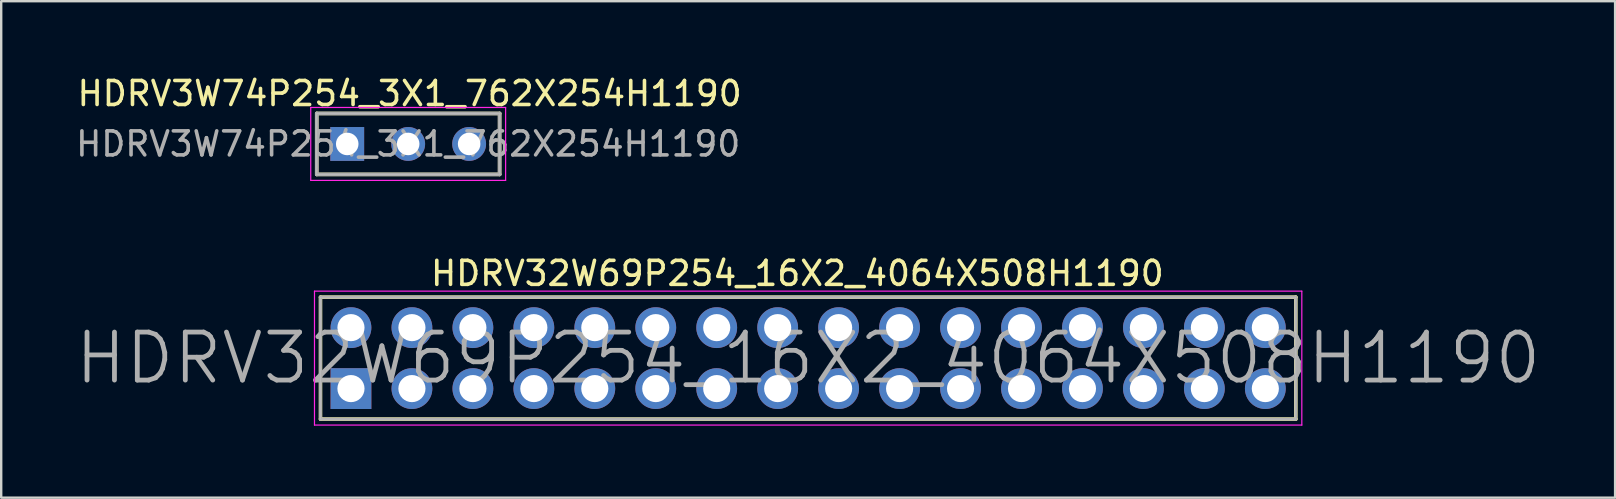
<source format=kicad_pcb>
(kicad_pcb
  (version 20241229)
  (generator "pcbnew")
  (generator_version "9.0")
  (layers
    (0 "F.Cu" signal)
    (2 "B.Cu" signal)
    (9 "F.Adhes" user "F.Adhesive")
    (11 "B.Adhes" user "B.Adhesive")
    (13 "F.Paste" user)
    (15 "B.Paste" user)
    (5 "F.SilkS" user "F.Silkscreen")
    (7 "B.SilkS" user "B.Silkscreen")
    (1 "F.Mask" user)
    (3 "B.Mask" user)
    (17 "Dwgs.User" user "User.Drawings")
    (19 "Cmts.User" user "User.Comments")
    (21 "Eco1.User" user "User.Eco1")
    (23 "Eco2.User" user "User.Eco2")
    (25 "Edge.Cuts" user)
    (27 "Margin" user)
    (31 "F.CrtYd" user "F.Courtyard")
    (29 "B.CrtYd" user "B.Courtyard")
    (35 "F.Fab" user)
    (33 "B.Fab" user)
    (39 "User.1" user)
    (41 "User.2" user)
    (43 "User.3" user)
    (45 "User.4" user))
  (footprint "HDRV3W74P254_3X1_762X254H1190"
    (layer "F.Cu")
    (at 11.418 2.948)
    (property "Reference" "HDRV3W74P254_3X1_762X254H1190" (at 2.54 0 0) (layer "F.Fab") (effects (font (size 1 1) (thickness 0.15))))
    (attr exclude_from_pos_files exclude_from_bom)
    (fp_line (start -1.27 -1.27) (end 6.35 -1.27) (stroke (width 0.15) (type solid)) (layer "F.SilkS"))
    (fp_line (start -1.27 1.27) (end -1.27 -1.27) (stroke (width 0.15) (type solid)) (layer "F.SilkS"))
    (fp_line (start 6.35 -1.27) (end 6.35 1.27) (stroke (width 0.15) (type solid)) (layer "F.SilkS"))
    (fp_line (start 6.35 1.27) (end -1.27 1.27) (stroke (width 0.15) (type solid)) (layer "F.SilkS"))
    (fp_line (start -1.27 -1.27) (end 6.35 -1.27) (stroke (width 0.025) (type solid)) (layer "Dwgs.User"))
    (fp_line (start -1.27 1.27) (end -1.27 -1.27) (stroke (width 0.025) (type solid)) (layer "Dwgs.User"))
    (fp_line (start 6.35 -1.27) (end 6.35 1.27) (stroke (width 0.025) (type solid)) (layer "Dwgs.User"))
    (fp_line (start 6.35 1.27) (end -1.27 1.27) (stroke (width 0.025) (type solid)) (layer "Dwgs.User"))
    (fp_circle (center 0 0) (end 0 0.37) (stroke (width 0.025) (type solid)) (fill no) (layer "Dwgs.User"))
    (fp_circle (center 2.54 0) (end 2.54 0.37) (stroke (width 0.025) (type solid)) (fill no) (layer "Dwgs.User"))
    (fp_circle (center 5.08 0) (end 5.08 0.37) (stroke (width 0.025) (type solid)) (fill no) (layer "Dwgs.User"))
    (fp_line (start -1.52 -1.52) (end 6.6 -1.52) (stroke (width 0.05) (type solid)) (layer "F.CrtYd"))
    (fp_line (start -1.52 1.52) (end -1.52 -1.52) (stroke (width 0.05) (type solid)) (layer "F.CrtYd"))
    (fp_line (start 6.6 -1.52) (end 6.6 1.52) (stroke (width 0.05) (type solid)) (layer "F.CrtYd"))
    (fp_line (start 6.6 1.52) (end -1.52 1.52) (stroke (width 0.05) (type solid)) (layer "F.CrtYd"))
    (fp_line (start -1.27 -1.27) (end 6.35 -1.27) (stroke (width 0.15) (type solid)) (layer "F.Fab"))
    (fp_line (start -1.27 1.27) (end -1.27 -1.27) (stroke (width 0.15) (type solid)) (layer "F.Fab"))
    (fp_line (start 6.35 -1.27) (end 6.35 1.27) (stroke (width 0.15) (type solid)) (layer "F.Fab"))
    (fp_line (start 6.35 1.27) (end -1.27 1.27) (stroke (width 0.15) (type solid)) (layer "F.Fab"))
    (fp_text user "${REFERENCE}" (at 2.6 -2.1 0) (layer "F.SilkS") (effects (font (size 1 1) (thickness 0.15))))
    (pad "1" thru_hole rect (at 0 0) (size 1.41 1.41) (drill 0.94) (layers "*.Cu" "*.Mask"))
    (pad "2" thru_hole circle (at 2.54 0) (size 1.41 1.41) (drill 0.94) (layers "*.Cu" "*.Mask"))
    (pad "3" thru_hole circle (at 5.08 0) (size 1.41 1.41) (drill 0.94) (layers "*.Cu" "*.Mask")))
  (footprint "HDRV32W69P254_16X2_4064X508H1190"
    (layer "F.Cu")
    (at 11.574 13.142)
    (property "Reference" "HDRV32W69P254_16X2_4064X508H1190" (at 18.6 -4.8 0) (layer "F.SilkS") (effects (font (size 1 1) (thickness 0.15))))
    (attr through_hole)
    (fp_line (start -1.27 -3.81) (end 39.37 -3.81) (stroke (width 0.15) (type solid)) (layer "F.SilkS"))
    (fp_line (start -1.27 1.27) (end -1.27 -3.81) (stroke (width 0.15) (type solid)) (layer "F.SilkS"))
    (fp_line (start 39.37 -3.81) (end 39.37 1.27) (stroke (width 0.15) (type solid)) (layer "F.SilkS"))
    (fp_line (start 39.37 1.27) (end -1.27 1.27) (stroke (width 0.15) (type solid)) (layer "F.SilkS"))
    (fp_line (start -1.27 -3.81) (end 39.37 -3.81) (stroke (width 0.025) (type solid)) (layer "Dwgs.User"))
    (fp_line (start -1.27 1.27) (end -1.27 -3.81) (stroke (width 0.025) (type solid)) (layer "Dwgs.User"))
    (fp_line (start -0.345 -2.885) (end 0.345 -2.885) (stroke (width 0.025) (type solid)) (layer "Dwgs.User"))
    (fp_line (start -0.345 -2.195) (end -0.345 -2.885) (stroke (width 0.025) (type solid)) (layer "Dwgs.User"))
    (fp_line (start -0.345 -0.345) (end 0.345 -0.345) (stroke (width 0.025) (type solid)) (layer "Dwgs.User"))
    (fp_line (start -0.345 0.345) (end -0.345 -0.345) (stroke (width 0.025) (type solid)) (layer "Dwgs.User"))
    (fp_line (start 0.345 -2.885) (end 0.345 -2.195) (stroke (width 0.025) (type solid)) (layer "Dwgs.User"))
    (fp_line (start 0.345 -2.195) (end -0.345 -2.195) (stroke (width 0.025) (type solid)) (layer "Dwgs.User"))
    (fp_line (start 0.345 -0.345) (end 0.345 0.345) (stroke (width 0.025) (type solid)) (layer "Dwgs.User"))
    (fp_line (start 0.345 0.345) (end -0.345 0.345) (stroke (width 0.025) (type solid)) (layer "Dwgs.User"))
    (fp_line (start 2.195 -2.885) (end 2.885 -2.885) (stroke (width 0.025) (type solid)) (layer "Dwgs.User"))
    (fp_line (start 2.195 -2.195) (end 2.195 -2.885) (stroke (width 0.025) (type solid)) (layer "Dwgs.User"))
    (fp_line (start 2.195 -0.345) (end 2.885 -0.345) (stroke (width 0.025) (type solid)) (layer "Dwgs.User"))
    (fp_line (start 2.195 0.345) (end 2.195 -0.345) (stroke (width 0.025) (type solid)) (layer "Dwgs.User"))
    (fp_line (start 2.885 -2.885) (end 2.885 -2.195) (stroke (width 0.025) (type solid)) (layer "Dwgs.User"))
    (fp_line (start 2.885 -2.195) (end 2.195 -2.195) (stroke (width 0.025) (type solid)) (layer "Dwgs.User"))
    (fp_line (start 2.885 -0.345) (end 2.885 0.345) (stroke (width 0.025) (type solid)) (layer "Dwgs.User"))
    (fp_line (start 2.885 0.345) (end 2.195 0.345) (stroke (width 0.025) (type solid)) (layer "Dwgs.User"))
    (fp_line (start 4.735 -2.885) (end 5.425 -2.885) (stroke (width 0.025) (type solid)) (layer "Dwgs.User"))
    (fp_line (start 4.735 -2.195) (end 4.735 -2.885) (stroke (width 0.025) (type solid)) (layer "Dwgs.User"))
    (fp_line (start 4.735 -0.345) (end 5.425 -0.345) (stroke (width 0.025) (type solid)) (layer "Dwgs.User"))
    (fp_line (start 4.735 0.345) (end 4.735 -0.345) (stroke (width 0.025) (type solid)) (layer "Dwgs.User"))
    (fp_line (start 5.425 -2.885) (end 5.425 -2.195) (stroke (width 0.025) (type solid)) (layer "Dwgs.User"))
    (fp_line (start 5.425 -2.195) (end 4.735 -2.195) (stroke (width 0.025) (type solid)) (layer "Dwgs.User"))
    (fp_line (start 5.425 -0.345) (end 5.425 0.345) (stroke (width 0.025) (type solid)) (layer "Dwgs.User"))
    (fp_line (start 5.425 0.345) (end 4.735 0.345) (stroke (width 0.025) (type solid)) (layer "Dwgs.User"))
    (fp_line (start 7.275 -2.885) (end 7.965 -2.885) (stroke (width 0.025) (type solid)) (layer "Dwgs.User"))
    (fp_line (start 7.275 -2.195) (end 7.275 -2.885) (stroke (width 0.025) (type solid)) (layer "Dwgs.User"))
    (fp_line (start 7.275 -0.345) (end 7.965 -0.345) (stroke (width 0.025) (type solid)) (layer "Dwgs.User"))
    (fp_line (start 7.275 0.345) (end 7.275 -0.345) (stroke (width 0.025) (type solid)) (layer "Dwgs.User"))
    (fp_line (start 7.965 -2.885) (end 7.965 -2.195) (stroke (width 0.025) (type solid)) (layer "Dwgs.User"))
    (fp_line (start 7.965 -2.195) (end 7.275 -2.195) (stroke (width 0.025) (type solid)) (layer "Dwgs.User"))
    (fp_line (start 7.965 -0.345) (end 7.965 0.345) (stroke (width 0.025) (type solid)) (layer "Dwgs.User"))
    (fp_line (start 7.965 0.345) (end 7.275 0.345) (stroke (width 0.025) (type solid)) (layer "Dwgs.User"))
    (fp_line (start 9.815 -2.885) (end 10.505 -2.885) (stroke (width 0.025) (type solid)) (layer "Dwgs.User"))
    (fp_line (start 9.815 -2.195) (end 9.815 -2.885) (stroke (width 0.025) (type solid)) (layer "Dwgs.User"))
    (fp_line (start 9.815 -0.345) (end 10.505 -0.345) (stroke (width 0.025) (type solid)) (layer "Dwgs.User"))
    (fp_line (start 9.815 0.345) (end 9.815 -0.345) (stroke (width 0.025) (type solid)) (layer "Dwgs.User"))
    (fp_line (start 10.505 -2.885) (end 10.505 -2.195) (stroke (width 0.025) (type solid)) (layer "Dwgs.User"))
    (fp_line (start 10.505 -2.195) (end 9.815 -2.195) (stroke (width 0.025) (type solid)) (layer "Dwgs.User"))
    (fp_line (start 10.505 -0.345) (end 10.505 0.345) (stroke (width 0.025) (type solid)) (layer "Dwgs.User"))
    (fp_line (start 10.505 0.345) (end 9.815 0.345) (stroke (width 0.025) (type solid)) (layer "Dwgs.User"))
    (fp_line (start 12.355 -2.885) (end 13.045 -2.885) (stroke (width 0.025) (type solid)) (layer "Dwgs.User"))
    (fp_line (start 12.355 -2.195) (end 12.355 -2.885) (stroke (width 0.025) (type solid)) (layer "Dwgs.User"))
    (fp_line (start 12.355 -0.345) (end 13.045 -0.345) (stroke (width 0.025) (type solid)) (layer "Dwgs.User"))
    (fp_line (start 12.355 0.345) (end 12.355 -0.345) (stroke (width 0.025) (type solid)) (layer "Dwgs.User"))
    (fp_line (start 13.045 -2.885) (end 13.045 -2.195) (stroke (width 0.025) (type solid)) (layer "Dwgs.User"))
    (fp_line (start 13.045 -2.195) (end 12.355 -2.195) (stroke (width 0.025) (type solid)) (layer "Dwgs.User"))
    (fp_line (start 13.045 -0.345) (end 13.045 0.345) (stroke (width 0.025) (type solid)) (layer "Dwgs.User"))
    (fp_line (start 13.045 0.345) (end 12.355 0.345) (stroke (width 0.025) (type solid)) (layer "Dwgs.User"))
    (fp_line (start 14.895 -2.885) (end 15.585 -2.885) (stroke (width 0.025) (type solid)) (layer "Dwgs.User"))
    (fp_line (start 14.895 -2.195) (end 14.895 -2.885) (stroke (width 0.025) (type solid)) (layer "Dwgs.User"))
    (fp_line (start 14.895 -0.345) (end 15.585 -0.345) (stroke (width 0.025) (type solid)) (layer "Dwgs.User"))
    (fp_line (start 14.895 0.345) (end 14.895 -0.345) (stroke (width 0.025) (type solid)) (layer "Dwgs.User"))
    (fp_line (start 15.585 -2.885) (end 15.585 -2.195) (stroke (width 0.025) (type solid)) (layer "Dwgs.User"))
    (fp_line (start 15.585 -2.195) (end 14.895 -2.195) (stroke (width 0.025) (type solid)) (layer "Dwgs.User"))
    (fp_line (start 15.585 -0.345) (end 15.585 0.345) (stroke (width 0.025) (type solid)) (layer "Dwgs.User"))
    (fp_line (start 15.585 0.345) (end 14.895 0.345) (stroke (width 0.025) (type solid)) (layer "Dwgs.User"))
    (fp_line (start 17.435 -2.885) (end 18.125 -2.885) (stroke (width 0.025) (type solid)) (layer "Dwgs.User"))
    (fp_line (start 17.435 -2.195) (end 17.435 -2.885) (stroke (width 0.025) (type solid)) (layer "Dwgs.User"))
    (fp_line (start 17.435 -0.345) (end 18.125 -0.345) (stroke (width 0.025) (type solid)) (layer "Dwgs.User"))
    (fp_line (start 17.435 0.345) (end 17.435 -0.345) (stroke (width 0.025) (type solid)) (layer "Dwgs.User"))
    (fp_line (start 18.125 -2.885) (end 18.125 -2.195) (stroke (width 0.025) (type solid)) (layer "Dwgs.User"))
    (fp_line (start 18.125 -2.195) (end 17.435 -2.195) (stroke (width 0.025) (type solid)) (layer "Dwgs.User"))
    (fp_line (start 18.125 -0.345) (end 18.125 0.345) (stroke (width 0.025) (type solid)) (layer "Dwgs.User"))
    (fp_line (start 18.125 0.345) (end 17.435 0.345) (stroke (width 0.025) (type solid)) (layer "Dwgs.User"))
    (fp_line (start 19.975 -2.885) (end 20.665 -2.885) (stroke (width 0.025) (type solid)) (layer "Dwgs.User"))
    (fp_line (start 19.975 -2.195) (end 19.975 -2.885) (stroke (width 0.025) (type solid)) (layer "Dwgs.User"))
    (fp_line (start 19.975 -0.345) (end 20.665 -0.345) (stroke (width 0.025) (type solid)) (layer "Dwgs.User"))
    (fp_line (start 19.975 0.345) (end 19.975 -0.345) (stroke (width 0.025) (type solid)) (layer "Dwgs.User"))
    (fp_line (start 20.665 -2.885) (end 20.665 -2.195) (stroke (width 0.025) (type solid)) (layer "Dwgs.User"))
    (fp_line (start 20.665 -2.195) (end 19.975 -2.195) (stroke (width 0.025) (type solid)) (layer "Dwgs.User"))
    (fp_line (start 20.665 -0.345) (end 20.665 0.345) (stroke (width 0.025) (type solid)) (layer "Dwgs.User"))
    (fp_line (start 20.665 0.345) (end 19.975 0.345) (stroke (width 0.025) (type solid)) (layer "Dwgs.User"))
    (fp_line (start 22.515 -2.885) (end 23.205 -2.885) (stroke (width 0.025) (type solid)) (layer "Dwgs.User"))
    (fp_line (start 22.515 -2.195) (end 22.515 -2.885) (stroke (width 0.025) (type solid)) (layer "Dwgs.User"))
    (fp_line (start 22.515 -0.345) (end 23.205 -0.345) (stroke (width 0.025) (type solid)) (layer "Dwgs.User"))
    (fp_line (start 22.515 0.345) (end 22.515 -0.345) (stroke (width 0.025) (type solid)) (layer "Dwgs.User"))
    (fp_line (start 23.205 -2.885) (end 23.205 -2.195) (stroke (width 0.025) (type solid)) (layer "Dwgs.User"))
    (fp_line (start 23.205 -2.195) (end 22.515 -2.195) (stroke (width 0.025) (type solid)) (layer "Dwgs.User"))
    (fp_line (start 23.205 -0.345) (end 23.205 0.345) (stroke (width 0.025) (type solid)) (layer "Dwgs.User"))
    (fp_line (start 23.205 0.345) (end 22.515 0.345) (stroke (width 0.025) (type solid)) (layer "Dwgs.User"))
    (fp_line (start 25.055 -2.885) (end 25.745 -2.885) (stroke (width 0.025) (type solid)) (layer "Dwgs.User"))
    (fp_line (start 25.055 -2.195) (end 25.055 -2.885) (stroke (width 0.025) (type solid)) (layer "Dwgs.User"))
    (fp_line (start 25.055 -0.345) (end 25.745 -0.345) (stroke (width 0.025) (type solid)) (layer "Dwgs.User"))
    (fp_line (start 25.055 0.345) (end 25.055 -0.345) (stroke (width 0.025) (type solid)) (layer "Dwgs.User"))
    (fp_line (start 25.745 -2.885) (end 25.745 -2.195) (stroke (width 0.025) (type solid)) (layer "Dwgs.User"))
    (fp_line (start 25.745 -2.195) (end 25.055 -2.195) (stroke (width 0.025) (type solid)) (layer "Dwgs.User"))
    (fp_line (start 25.745 -0.345) (end 25.745 0.345) (stroke (width 0.025) (type solid)) (layer "Dwgs.User"))
    (fp_line (start 25.745 0.345) (end 25.055 0.345) (stroke (width 0.025) (type solid)) (layer "Dwgs.User"))
    (fp_line (start 27.595 -2.885) (end 28.285 -2.885) (stroke (width 0.025) (type solid)) (layer "Dwgs.User"))
    (fp_line (start 27.595 -2.195) (end 27.595 -2.885) (stroke (width 0.025) (type solid)) (layer "Dwgs.User"))
    (fp_line (start 27.595 -0.345) (end 28.285 -0.345) (stroke (width 0.025) (type solid)) (layer "Dwgs.User"))
    (fp_line (start 27.595 0.345) (end 27.595 -0.345) (stroke (width 0.025) (type solid)) (layer "Dwgs.User"))
    (fp_line (start 28.285 -2.885) (end 28.285 -2.195) (stroke (width 0.025) (type solid)) (layer "Dwgs.User"))
    (fp_line (start 28.285 -2.195) (end 27.595 -2.195) (stroke (width 0.025) (type solid)) (layer "Dwgs.User"))
    (fp_line (start 28.285 -0.345) (end 28.285 0.345) (stroke (width 0.025) (type solid)) (layer "Dwgs.User"))
    (fp_line (start 28.285 0.345) (end 27.595 0.345) (stroke (width 0.025) (type solid)) (layer "Dwgs.User"))
    (fp_line (start 30.135 -2.885) (end 30.825 -2.885) (stroke (width 0.025) (type solid)) (layer "Dwgs.User"))
    (fp_line (start 30.135 -2.195) (end 30.135 -2.885) (stroke (width 0.025) (type solid)) (layer "Dwgs.User"))
    (fp_line (start 30.135 -0.345) (end 30.825 -0.345) (stroke (width 0.025) (type solid)) (layer "Dwgs.User"))
    (fp_line (start 30.135 0.345) (end 30.135 -0.345) (stroke (width 0.025) (type solid)) (layer "Dwgs.User"))
    (fp_line (start 30.825 -2.885) (end 30.825 -2.195) (stroke (width 0.025) (type solid)) (layer "Dwgs.User"))
    (fp_line (start 30.825 -2.195) (end 30.135 -2.195) (stroke (width 0.025) (type solid)) (layer "Dwgs.User"))
    (fp_line (start 30.825 -0.345) (end 30.825 0.345) (stroke (width 0.025) (type solid)) (layer "Dwgs.User"))
    (fp_line (start 30.825 0.345) (end 30.135 0.345) (stroke (width 0.025) (type solid)) (layer "Dwgs.User"))
    (fp_line (start 32.675 -2.885) (end 33.365 -2.885) (stroke (width 0.025) (type solid)) (layer "Dwgs.User"))
    (fp_line (start 32.675 -2.195) (end 32.675 -2.885) (stroke (width 0.025) (type solid)) (layer "Dwgs.User"))
    (fp_line (start 32.675 -0.345) (end 33.365 -0.345) (stroke (width 0.025) (type solid)) (layer "Dwgs.User"))
    (fp_line (start 32.675 0.345) (end 32.675 -0.345) (stroke (width 0.025) (type solid)) (layer "Dwgs.User"))
    (fp_line (start 33.365 -2.885) (end 33.365 -2.195) (stroke (width 0.025) (type solid)) (layer "Dwgs.User"))
    (fp_line (start 33.365 -2.195) (end 32.675 -2.195) (stroke (width 0.025) (type solid)) (layer "Dwgs.User"))
    (fp_line (start 33.365 -0.345) (end 33.365 0.345) (stroke (width 0.025) (type solid)) (layer "Dwgs.User"))
    (fp_line (start 33.365 0.345) (end 32.675 0.345) (stroke (width 0.025) (type solid)) (layer "Dwgs.User"))
    (fp_line (start 35.215 -2.885) (end 35.905 -2.885) (stroke (width 0.025) (type solid)) (layer "Dwgs.User"))
    (fp_line (start 35.215 -2.195) (end 35.215 -2.885) (stroke (width 0.025) (type solid)) (layer "Dwgs.User"))
    (fp_line (start 35.215 -0.345) (end 35.905 -0.345) (stroke (width 0.025) (type solid)) (layer "Dwgs.User"))
    (fp_line (start 35.215 0.345) (end 35.215 -0.345) (stroke (width 0.025) (type solid)) (layer "Dwgs.User"))
    (fp_line (start 35.905 -2.885) (end 35.905 -2.195) (stroke (width 0.025) (type solid)) (layer "Dwgs.User"))
    (fp_line (start 35.905 -2.195) (end 35.215 -2.195) (stroke (width 0.025) (type solid)) (layer "Dwgs.User"))
    (fp_line (start 35.905 -0.345) (end 35.905 0.345) (stroke (width 0.025) (type solid)) (layer "Dwgs.User"))
    (fp_line (start 35.905 0.345) (end 35.215 0.345) (stroke (width 0.025) (type solid)) (layer "Dwgs.User"))
    (fp_line (start 37.755 -2.885) (end 38.445 -2.885) (stroke (width 0.025) (type solid)) (layer "Dwgs.User"))
    (fp_line (start 37.755 -2.195) (end 37.755 -2.885) (stroke (width 0.025) (type solid)) (layer "Dwgs.User"))
    (fp_line (start 37.755 -0.345) (end 38.445 -0.345) (stroke (width 0.025) (type solid)) (layer "Dwgs.User"))
    (fp_line (start 37.755 0.345) (end 37.755 -0.345) (stroke (width 0.025) (type solid)) (layer "Dwgs.User"))
    (fp_line (start 38.445 -2.885) (end 38.445 -2.195) (stroke (width 0.025) (type solid)) (layer "Dwgs.User"))
    (fp_line (start 38.445 -2.195) (end 37.755 -2.195) (stroke (width 0.025) (type solid)) (layer "Dwgs.User"))
    (fp_line (start 38.445 -0.345) (end 38.445 0.345) (stroke (width 0.025) (type solid)) (layer "Dwgs.User"))
    (fp_line (start 38.445 0.345) (end 37.755 0.345) (stroke (width 0.025) (type solid)) (layer "Dwgs.User"))
    (fp_line (start 39.37 -3.81) (end 39.37 1.27) (stroke (width 0.025) (type solid)) (layer "Dwgs.User"))
    (fp_line (start 39.37 1.27) (end -1.27 1.27) (stroke (width 0.025) (type solid)) (layer "Dwgs.User"))
    (fp_line (start -1.52 -4.06) (end 39.62 -4.06) (stroke (width 0.05) (type solid)) (layer "F.CrtYd"))
    (fp_line (start -1.52 1.52) (end -1.52 -4.06) (stroke (width 0.05) (type solid)) (layer "F.CrtYd"))
    (fp_line (start 39.62 -4.06) (end 39.62 1.52) (stroke (width 0.05) (type solid)) (layer "F.CrtYd"))
    (fp_line (start 39.62 1.52) (end -1.52 1.52) (stroke (width 0.05) (type solid)) (layer "F.CrtYd"))
    (fp_line (start -1.27 -3.81) (end 39.37 -3.81) (stroke (width 0.12) (type solid)) (layer "F.Fab"))
    (fp_line (start -1.27 1.27) (end -1.27 -3.81) (stroke (width 0.12) (type solid)) (layer "F.Fab"))
    (fp_line (start 39.37 -3.81) (end 39.37 1.27) (stroke (width 0.12) (type solid)) (layer "F.Fab"))
    (fp_line (start 39.37 1.27) (end -1.27 1.27) (stroke (width 0.12) (type solid)) (layer "F.Fab"))
    (fp_text user "${REFERENCE}" (at 19.05 -1.27 0) (layer "F.Fab") (effects (font (size 2 2) (thickness 0.2))))
    (pad "1" thru_hole rect (at 0 0) (size 1.7 1.7) (drill 1.13) (layers "*.Cu" "*.Mask"))
    (pad "2" thru_hole circle (at 0 -2.54) (size 1.7 1.7) (drill 1.13) (layers "*.Cu" "*.Mask"))
    (pad "3" thru_hole circle (at 2.54 0) (size 1.7 1.7) (drill 1.13) (layers "*.Cu" "*.Mask"))
    (pad "4" thru_hole circle (at 2.54 -2.54) (size 1.7 1.7) (drill 1.13) (layers "*.Cu" "*.Mask"))
    (pad "5" thru_hole circle (at 5.08 0) (size 1.7 1.7) (drill 1.13) (layers "*.Cu" "*.Mask"))
    (pad "6" thru_hole circle (at 5.08 -2.54) (size 1.7 1.7) (drill 1.13) (layers "*.Cu" "*.Mask"))
    (pad "7" thru_hole circle (at 7.62 0) (size 1.7 1.7) (drill 1.13) (layers "*.Cu" "*.Mask"))
    (pad "8" thru_hole circle (at 7.62 -2.54) (size 1.7 1.7) (drill 1.13) (layers "*.Cu" "*.Mask"))
    (pad "9" thru_hole circle (at 10.16 0) (size 1.7 1.7) (drill 1.13) (layers "*.Cu" "*.Mask"))
    (pad "10" thru_hole circle (at 10.16 -2.54) (size 1.7 1.7) (drill 1.13) (layers "*.Cu" "*.Mask"))
    (pad "11" thru_hole circle (at 12.7 0) (size 1.7 1.7) (drill 1.13) (layers "*.Cu" "*.Mask"))
    (pad "12" thru_hole circle (at 12.7 -2.54) (size 1.7 1.7) (drill 1.13) (layers "*.Cu" "*.Mask"))
    (pad "13" thru_hole circle (at 15.24 0) (size 1.7 1.7) (drill 1.13) (layers "*.Cu" "*.Mask"))
    (pad "14" thru_hole circle (at 15.24 -2.54) (size 1.7 1.7) (drill 1.13) (layers "*.Cu" "*.Mask"))
    (pad "15" thru_hole circle (at 17.78 0) (size 1.7 1.7) (drill 1.13) (layers "*.Cu" "*.Mask"))
    (pad "16" thru_hole circle (at 17.78 -2.54) (size 1.7 1.7) (drill 1.13) (layers "*.Cu" "*.Mask"))
    (pad "17" thru_hole circle (at 20.32 0) (size 1.7 1.7) (drill 1.13) (layers "*.Cu" "*.Mask"))
    (pad "18" thru_hole circle (at 20.32 -2.54) (size 1.7 1.7) (drill 1.13) (layers "*.Cu" "*.Mask"))
    (pad "19" thru_hole circle (at 22.86 0) (size 1.7 1.7) (drill 1.13) (layers "*.Cu" "*.Mask"))
    (pad "20" thru_hole circle (at 22.86 -2.54) (size 1.7 1.7) (drill 1.13) (layers "*.Cu" "*.Mask"))
    (pad "21" thru_hole circle (at 25.4 0) (size 1.7 1.7) (drill 1.13) (layers "*.Cu" "*.Mask"))
    (pad "22" thru_hole circle (at 25.4 -2.54) (size 1.7 1.7) (drill 1.13) (layers "*.Cu" "*.Mask"))
    (pad "23" thru_hole circle (at 27.94 0) (size 1.7 1.7) (drill 1.13) (layers "*.Cu" "*.Mask"))
    (pad "24" thru_hole circle (at 27.94 -2.54) (size 1.7 1.7) (drill 1.13) (layers "*.Cu" "*.Mask"))
    (pad "25" thru_hole circle (at 30.48 0) (size 1.7 1.7) (drill 1.13) (layers "*.Cu" "*.Mask"))
    (pad "26" thru_hole circle (at 30.48 -2.54) (size 1.7 1.7) (drill 1.13) (layers "*.Cu" "*.Mask"))
    (pad "27" thru_hole circle (at 33.02 0) (size 1.7 1.7) (drill 1.13) (layers "*.Cu" "*.Mask"))
    (pad "28" thru_hole circle (at 33.02 -2.54) (size 1.7 1.7) (drill 1.13) (layers "*.Cu" "*.Mask"))
    (pad "29" thru_hole circle (at 35.56 0) (size 1.7 1.7) (drill 1.13) (layers "*.Cu" "*.Mask"))
    (pad "30" thru_hole circle (at 35.56 -2.54) (size 1.7 1.7) (drill 1.13) (layers "*.Cu" "*.Mask"))
    (pad "31" thru_hole circle (at 38.1 0) (size 1.7 1.7) (drill 1.13) (layers "*.Cu" "*.Mask"))
    (pad "32" thru_hole circle (at 38.1 -2.54) (size 1.7 1.7) (drill 1.13) (layers "*.Cu" "*.Mask")))
  (gr_rect
    (start -3 -3)
    (end 64.248 17.686)
    (stroke (width 0.1) (type default))
    (fill no)
    (layer "Edge.Cuts")))
</source>
